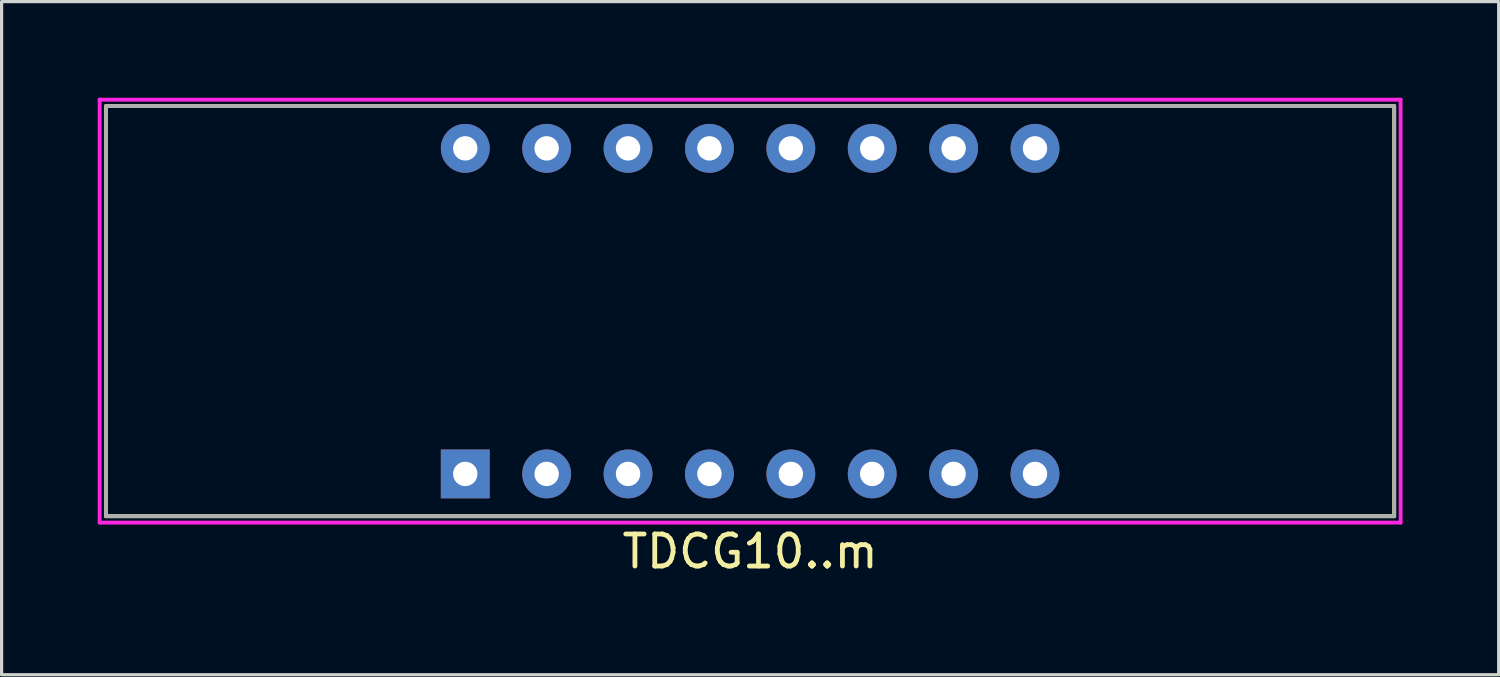
<source format=kicad_pcb>
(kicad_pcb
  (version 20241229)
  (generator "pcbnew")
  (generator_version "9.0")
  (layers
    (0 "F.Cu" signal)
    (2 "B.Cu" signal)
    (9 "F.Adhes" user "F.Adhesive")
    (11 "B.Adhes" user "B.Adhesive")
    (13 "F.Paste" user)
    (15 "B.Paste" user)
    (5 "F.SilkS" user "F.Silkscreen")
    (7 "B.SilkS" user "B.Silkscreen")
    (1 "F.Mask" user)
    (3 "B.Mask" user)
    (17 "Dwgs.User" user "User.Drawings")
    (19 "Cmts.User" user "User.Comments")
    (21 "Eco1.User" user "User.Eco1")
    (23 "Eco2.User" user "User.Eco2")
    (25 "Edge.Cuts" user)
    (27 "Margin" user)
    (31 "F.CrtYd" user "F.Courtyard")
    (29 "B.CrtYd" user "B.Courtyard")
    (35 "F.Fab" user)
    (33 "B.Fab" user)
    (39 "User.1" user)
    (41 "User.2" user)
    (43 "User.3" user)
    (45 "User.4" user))
  (footprint "TDCG10..m"
    (layer "F.Cu")
    (at 20.36 6.66)
    (property "Reference" "TDCG10..m" (at 0 7.5 0) (layer "F.SilkS") (effects (font (size 1 1) (thickness 0.15))))
    (attr through_hole)
    (fp_line (start -20.1 -6.4) (end 20.1 -6.4) (stroke (width 0.12) (type solid)) (layer "F.SilkS"))
    (fp_line (start -20.1 6.4) (end -20.1 -6.4) (stroke (width 0.12) (type solid)) (layer "F.SilkS"))
    (fp_line (start 20.1 -6.4) (end 20.1 6.4) (stroke (width 0.12) (type solid)) (layer "F.SilkS"))
    (fp_line (start 20.1 6.4) (end -20.1 6.4) (stroke (width 0.12) (type solid)) (layer "F.SilkS"))
    (fp_line (start -20.3 -6.6) (end 20.3 -6.6) (stroke (width 0.12) (type solid)) (layer "F.CrtYd"))
    (fp_line (start -20.3 6.6) (end -20.3 -6.6) (stroke (width 0.12) (type solid)) (layer "F.CrtYd"))
    (fp_line (start 20.3 -6.6) (end 20.3 6.6) (stroke (width 0.12) (type solid)) (layer "F.CrtYd"))
    (fp_line (start 20.3 6.6) (end -20.3 6.6) (stroke (width 0.12) (type solid)) (layer "F.CrtYd"))
    (fp_line (start -20.1 -6.4) (end 20.1 -6.4) (stroke (width 0.12) (type solid)) (layer "F.Fab"))
    (fp_line (start -20.1 6.4) (end -20.1 -6.4) (stroke (width 0.12) (type solid)) (layer "F.Fab"))
    (fp_line (start 20.1 -6.4) (end 20.1 6.4) (stroke (width 0.12) (type solid)) (layer "F.Fab"))
    (fp_line (start 20.1 6.4) (end -20.1 6.4) (stroke (width 0.12) (type solid)) (layer "F.Fab"))
    (pad "1" thru_hole rect (at -8.89 5.08) (size 1.524 1.524) (drill 0.762) (layers "*.Cu" "*.Mask"))
    (pad "2" thru_hole circle (at -6.35 5.08) (size 1.524 1.524) (drill 0.762) (layers "*.Cu" "*.Mask"))
    (pad "3" thru_hole circle (at -3.81 5.08) (size 1.524 1.524) (drill 0.762) (layers "*.Cu" "*.Mask"))
    (pad "4" thru_hole circle (at -1.27 5.08) (size 1.524 1.524) (drill 0.762) (layers "*.Cu" "*.Mask"))
    (pad "5" thru_hole circle (at 1.27 5.08) (size 1.524 1.524) (drill 0.762) (layers "*.Cu" "*.Mask"))
    (pad "6" thru_hole circle (at 3.81 5.08) (size 1.524 1.524) (drill 0.762) (layers "*.Cu" "*.Mask"))
    (pad "7" thru_hole circle (at 6.35 5.08) (size 1.524 1.524) (drill 0.762) (layers "*.Cu" "*.Mask"))
    (pad "8" thru_hole circle (at 8.89 5.08) (size 1.524 1.524) (drill 0.762) (layers "*.Cu" "*.Mask"))
    (pad "9" thru_hole circle (at 8.89 -5.08) (size 1.524 1.524) (drill 0.762) (layers "*.Cu" "*.Mask"))
    (pad "10" thru_hole circle (at 6.35 -5.08) (size 1.524 1.524) (drill 0.762) (layers "*.Cu" "*.Mask"))
    (pad "11" thru_hole circle (at 3.81 -5.08) (size 1.524 1.524) (drill 0.762) (layers "*.Cu" "*.Mask"))
    (pad "12" thru_hole circle (at 1.27 -5.08) (size 1.524 1.524) (drill 0.762) (layers "*.Cu" "*.Mask"))
    (pad "13" thru_hole circle (at -1.27 -5.08) (size 1.524 1.524) (drill 0.762) (layers "*.Cu" "*.Mask"))
    (pad "14" thru_hole circle (at -3.81 -5.08) (size 1.524 1.524) (drill 0.762) (layers "*.Cu" "*.Mask"))
    (pad "15" thru_hole circle (at -6.35 -5.08) (size 1.524 1.524) (drill 0.762) (layers "*.Cu" "*.Mask"))
    (pad "16" thru_hole circle (at -8.89 -5.08) (size 1.524 1.524) (drill 0.762) (layers "*.Cu" "*.Mask")))
  (gr_rect
    (start -3 -3)
    (end 43.72 18.008)
    (stroke (width 0.1) (type default))
    (fill no)
    (layer "Edge.Cuts")))
</source>
